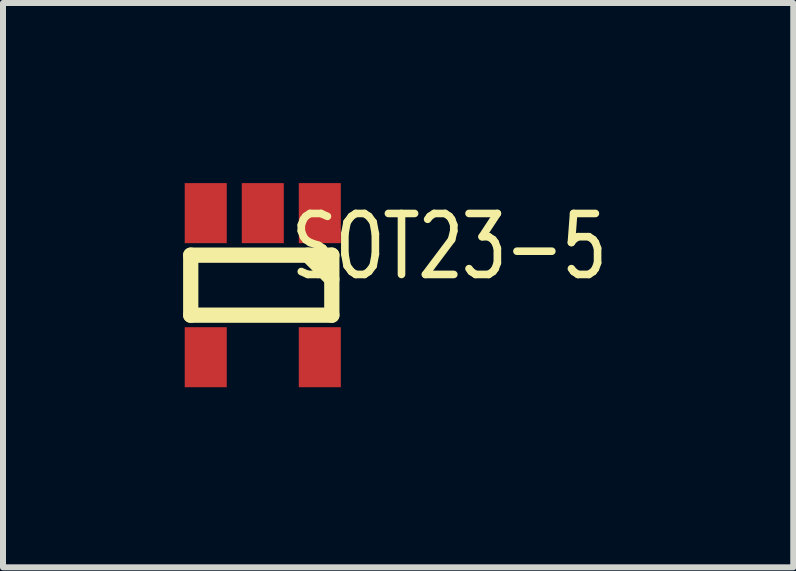
<source format=kicad_pcb>
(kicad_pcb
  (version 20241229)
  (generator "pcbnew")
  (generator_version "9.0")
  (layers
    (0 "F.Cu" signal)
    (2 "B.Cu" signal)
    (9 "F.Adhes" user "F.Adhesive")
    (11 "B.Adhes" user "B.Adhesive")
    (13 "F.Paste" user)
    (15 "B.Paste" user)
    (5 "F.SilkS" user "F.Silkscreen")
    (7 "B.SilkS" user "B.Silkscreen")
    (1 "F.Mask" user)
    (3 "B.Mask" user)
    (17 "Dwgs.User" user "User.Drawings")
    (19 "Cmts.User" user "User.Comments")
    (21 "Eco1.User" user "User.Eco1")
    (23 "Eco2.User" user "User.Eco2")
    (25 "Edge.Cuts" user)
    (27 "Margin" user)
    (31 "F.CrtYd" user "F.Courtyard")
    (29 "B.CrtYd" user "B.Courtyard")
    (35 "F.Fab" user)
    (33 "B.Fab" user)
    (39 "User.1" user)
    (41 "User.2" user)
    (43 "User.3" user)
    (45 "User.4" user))
  (footprint "SOT23-5"
    (layer "F.Cu")
    (at 2.277 0.55)
    (property "Reference" "SOT23-5" (at 2.159 0.508 0) (layer "F.SilkS") (effects (font (size 1.016 0.762) (thickness 0.127))))
    (attr through_hole)
    (fp_line (start -2.15 0.65) (end 0.2 0.65) (stroke (width 0.254) (type solid)) (layer "F.SilkS"))
    (fp_line (start -2.15 1.65) (end -2.15 0.65) (stroke (width 0.254) (type solid)) (layer "F.SilkS"))
    (fp_line (start -0.2 0.65) (end 0.2 1.05) (stroke (width 0.254) (type solid)) (layer "F.SilkS"))
    (fp_line (start 0.2 0.65) (end 0.2 1.65) (stroke (width 0.254) (type solid)) (layer "F.SilkS"))
    (fp_line (start 0.2 1.65) (end -2.15 1.65) (stroke (width 0.254) (type solid)) (layer "F.SilkS"))
    (pad "1" smd rect (at 0 -0.05 270) (size 1 0.7) (layers "F.Cu" "F.Mask" "F.Paste"))
    (pad "2" smd rect (at -0.95 -0.05 270) (size 1 0.7) (layers "F.Cu" "F.Mask" "F.Paste"))
    (pad "3" smd rect (at -1.9 -0.05 270) (size 1 0.7) (layers "F.Cu" "F.Mask" "F.Paste"))
    (pad "4" smd rect (at -1.9 2.35 270) (size 1 0.7) (layers "F.Cu" "F.Mask" "F.Paste"))
    (pad "5" smd rect (at 0 2.35 270) (size 1 0.7) (layers "F.Cu" "F.Mask" "F.Paste")))
  (gr_rect
    (start -3 -3)
    (end 10.163 6.4)
    (stroke (width 0.1) (type default))
    (fill no)
    (layer "Edge.Cuts")))
</source>
